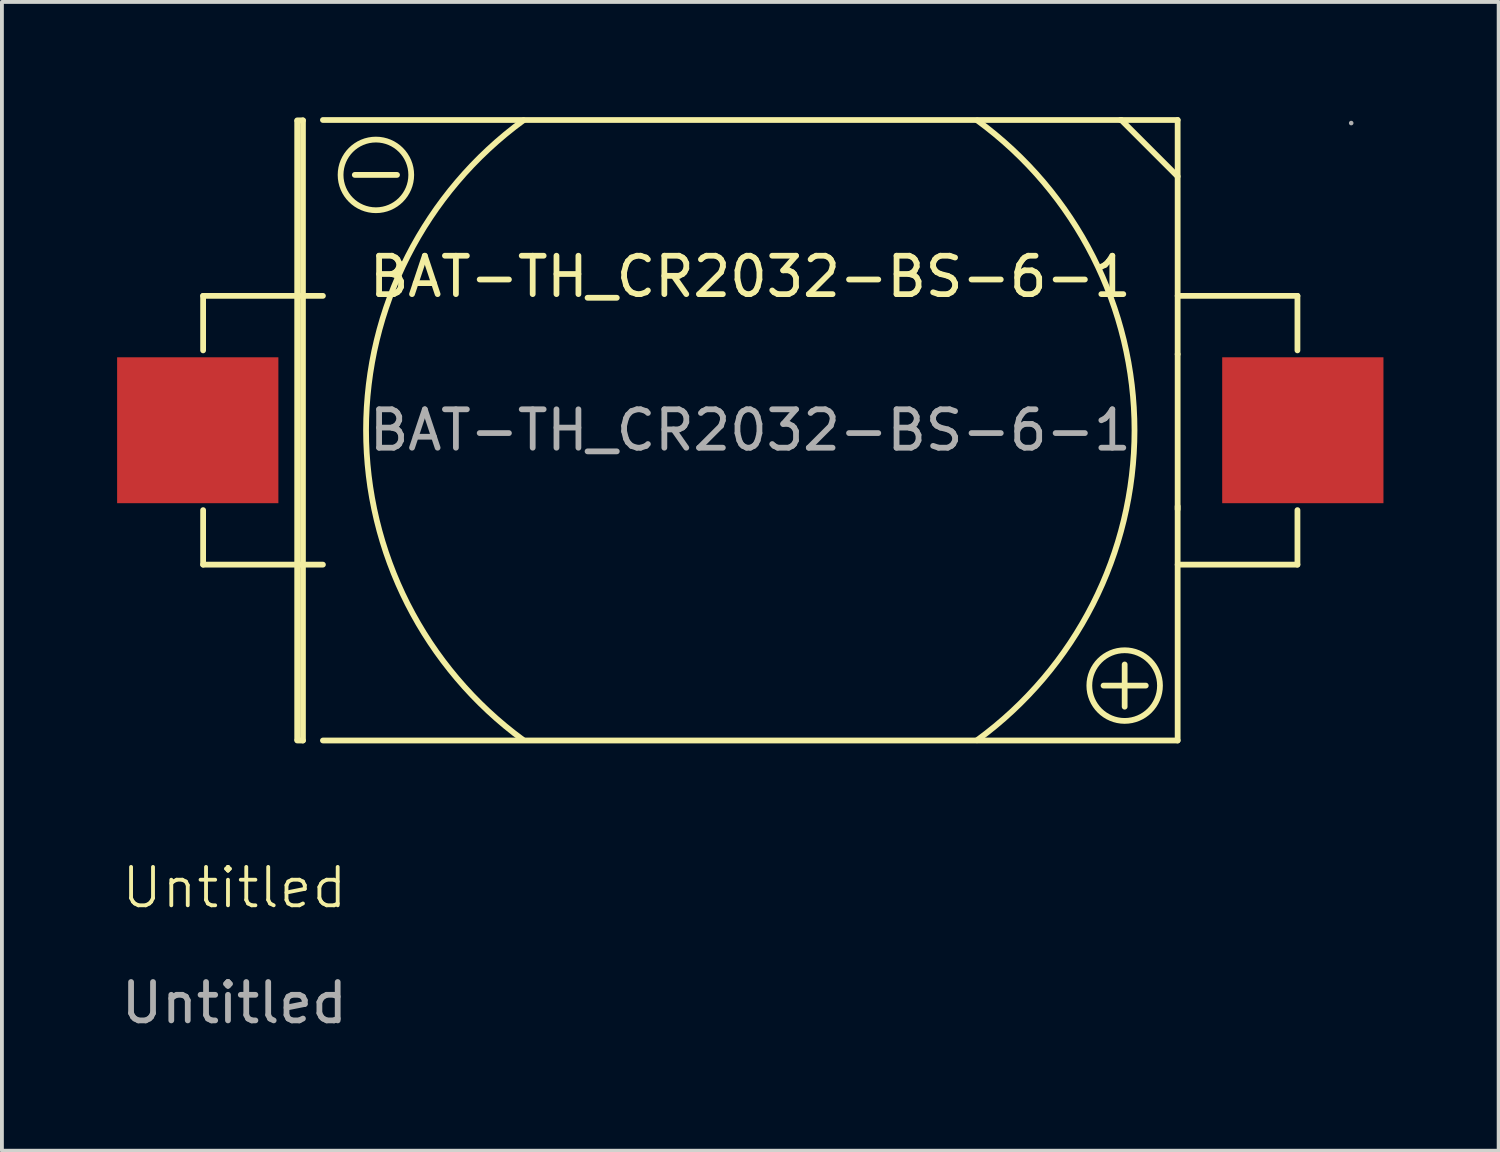
<source format=kicad_pcb>
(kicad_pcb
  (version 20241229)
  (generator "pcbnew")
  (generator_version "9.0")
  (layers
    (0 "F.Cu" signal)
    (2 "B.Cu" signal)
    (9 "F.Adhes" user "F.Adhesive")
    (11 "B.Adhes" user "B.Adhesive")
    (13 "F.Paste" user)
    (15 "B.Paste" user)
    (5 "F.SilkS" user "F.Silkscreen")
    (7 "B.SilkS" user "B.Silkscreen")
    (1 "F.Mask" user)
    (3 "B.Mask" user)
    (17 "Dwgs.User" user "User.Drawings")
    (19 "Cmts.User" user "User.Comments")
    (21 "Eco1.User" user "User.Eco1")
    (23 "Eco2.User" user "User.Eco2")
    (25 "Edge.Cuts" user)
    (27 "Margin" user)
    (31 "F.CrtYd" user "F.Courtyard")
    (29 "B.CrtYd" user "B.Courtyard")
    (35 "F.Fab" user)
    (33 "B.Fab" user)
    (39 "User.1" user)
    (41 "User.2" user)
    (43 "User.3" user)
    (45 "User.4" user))
  (footprint "Untitled"
    (layer "F.Cu")
    (at 3.054 20.57)
    (property "Reference" "Untitled" (at 0 -0.5 0) (unlocked yes) (layer "F.SilkS") (effects (font (size 1 1) (thickness 0.1))))
    (attr smd exclude_from_bom)
    (fp_text user "${REFERENCE}" (at 0 2.5 0) (unlocked yes) (layer "F.Fab") (effects (font (size 1 1) (thickness 0.15)))))
  (footprint "BAT-TH_CR2032-BS-6-1"
    (layer "F.Cu")
    (at 16.49 8.155)
    (property "Reference" "BAT-TH_CR2032-BS-6-1" (at 0 -4 0) (layer "F.SilkS") (effects (font (size 1 1) (thickness 0.15))))
    (attr through_hole)
    (fp_line (start -14.25 -3.5) (end -14.25 -2.08) (stroke (width 0.15) (type solid)) (layer "F.SilkS"))
    (fp_line (start -14.25 -3.5) (end -11.13 -3.5) (stroke (width 0.15) (type solid)) (layer "F.SilkS"))
    (fp_line (start -14.25 3.5) (end -14.25 2.08) (stroke (width 0.15) (type solid)) (layer "F.SilkS"))
    (fp_line (start -14.25 3.5) (end -11.13 3.5) (stroke (width 0.15) (type solid)) (layer "F.SilkS"))
    (fp_line (start -11.8 -8.07) (end -11.65 -8.07) (stroke (width 0.15) (type solid)) (layer "F.SilkS"))
    (fp_line (start -11.8 -8.05) (end -11.8 8.05) (stroke (width 0.15) (type solid)) (layer "F.SilkS"))
    (fp_line (start -11.65 -8.07) (end -11.65 8.08) (stroke (width 0.15) (type solid)) (layer "F.SilkS"))
    (fp_line (start -11.65 8.08) (end -11.8 8.08) (stroke (width 0.15) (type solid)) (layer "F.SilkS"))
    (fp_line (start -11.13 -8.08) (end 11.13 -8.08) (stroke (width 0.15) (type solid)) (layer "F.SilkS"))
    (fp_line (start -11.13 8.08) (end 11.13 8.08) (stroke (width 0.15) (type solid)) (layer "F.SilkS"))
    (fp_line (start -9.2 -6.65) (end -10.3 -6.65) (stroke (width 0.15) (type solid)) (layer "F.SilkS"))
    (fp_line (start 9.2 6.65) (end 10.3 6.65) (stroke (width 0.15) (type solid)) (layer "F.SilkS"))
    (fp_line (start 9.64 -8.08) (end 9.66 -8.08) (stroke (width 0.15) (type solid)) (layer "F.SilkS"))
    (fp_line (start 9.66 -8.08) (end 11.13 -6.61) (stroke (width 0.15) (type solid)) (layer "F.SilkS"))
    (fp_line (start 9.75 7.2) (end 9.75 6.1) (stroke (width 0.15) (type solid)) (layer "F.SilkS"))
    (fp_line (start 11.13 -8.08) (end 11.13 -1.98) (stroke (width 0.15) (type solid)) (layer "F.SilkS"))
    (fp_line (start 11.13 -1.98) (end 11.13 2.06) (stroke (width 0.15) (type solid)) (layer "F.SilkS"))
    (fp_line (start 11.13 8.08) (end 11.13 1.98) (stroke (width 0.15) (type solid)) (layer "F.SilkS"))
    (fp_line (start 14.25 -3.5) (end 11.13 -3.5) (stroke (width 0.15) (type solid)) (layer "F.SilkS"))
    (fp_line (start 14.25 -3.5) (end 14.25 -2.08) (stroke (width 0.15) (type solid)) (layer "F.SilkS"))
    (fp_line (start 14.25 3.5) (end 11.13 3.5) (stroke (width 0.15) (type solid)) (layer "F.SilkS"))
    (fp_line (start 14.25 3.5) (end 14.25 2.08) (stroke (width 0.15) (type solid)) (layer "F.SilkS"))
    (fp_arc (start -5.91 8.07) (mid -10.006744 -0.003602) (end -5.904183 -8.07425) (stroke (width 0.15) (type solid)) (layer "F.SilkS"))
    (fp_arc (start 5.91 -8.07) (mid 10.006744 0.003602) (end 5.904183 8.07425) (stroke (width 0.15) (type solid)) (layer "F.SilkS"))
    (fp_circle (center -9.75 -6.65) (end -8.83 -6.65) (stroke (width 0.15) (type solid)) (fill no) (layer "F.SilkS"))
    (fp_circle (center 9.75 6.65) (end 10.67 6.65) (stroke (width 0.15) (type solid)) (fill no) (layer "F.SilkS"))
    (fp_circle (center 15.65 -8) (end 15.68 -8) (stroke (width 0.06) (type solid)) (fill no) (layer "F.Fab"))
    (fp_text user "${REFERENCE}" (at 0 0 0) (layer "F.Fab") (effects (font (size 1 1) (thickness 0.15))))
    (pad "1" smd rect (at 14.39 0) (size 4.2 3.8) (layers "F.Cu" "F.Mask" "F.Paste"))
    (pad "2" smd rect (at -14.39 0) (size 4.2 3.8) (layers "F.Cu" "F.Mask" "F.Paste")))
  (gr_rect
    (start -3 -3)
    (end 35.98 26.919)
    (stroke (width 0.1) (type default))
    (fill no)
    (layer "Edge.Cuts")))
</source>
